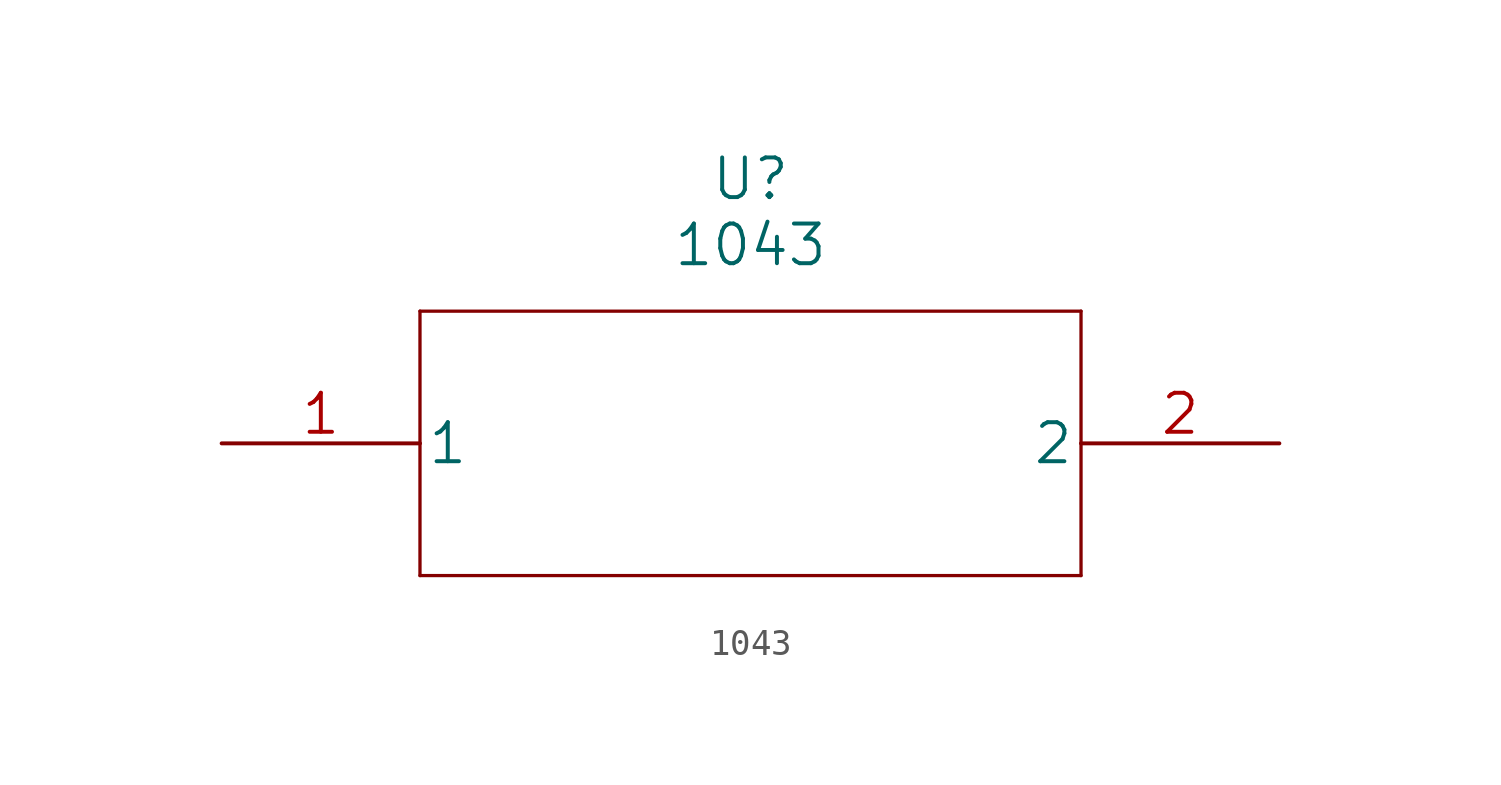
<source format=kicad_sym>
(kicad_symbol_lib
  (version 20211014)
  (generator kicad_symbol_editor)
  (symbol "1043"
    (pin_names
      (offset 0.254))
    (property "Reference" "U"
      (at 20.32 10.16 0)
      (effects (font (size 1.524 1.524))))
    (property "Value" "1043"
      (at 20.32 7.62 0)
      (effects (font (size 1.524 1.524))))
    (property "Datasheet" ""
      (at 0 0 0)
      (effects (font (size 1.524 1.524))))
    (property "ki_locked" ""
      (at 0 0 0)
      (effects (font (size 1.27 1.27))))
    (symbol "1043_1_1"
      (polyline (pts (xy 7.62 -5.08) (xy 33.02 -5.08)) (stroke (width 0.127) (type default) (color 0 0 0 0)) (fill (type none)))
      (polyline (pts (xy 7.62 5.08) (xy 7.62 -5.08)) (stroke (width 0.127) (type default) (color 0 0 0 0)) (fill (type none)))
      (polyline (pts (xy 33.02 -5.08) (xy 33.02 5.08)) (stroke (width 0.127) (type default) (color 0 0 0 0)) (fill (type none)))
      (polyline (pts (xy 33.02 5.08) (xy 7.62 5.08)) (stroke (width 0.127) (type default) (color 0 0 0 0)) (fill (type none)))
      (pin unspecified line (at 0 0 0) (length 7.62) (name "1" (effects (font (size 1.499 1.499)))) (number "1" (effects (font (size 1.499 1.499)))))
      (pin unspecified line (at 40.64 0 180) (length 7.62) (name "2" (effects (font (size 1.499 1.499)))) (number "2" (effects (font (size 1.499 1.499))))))))
</source>
